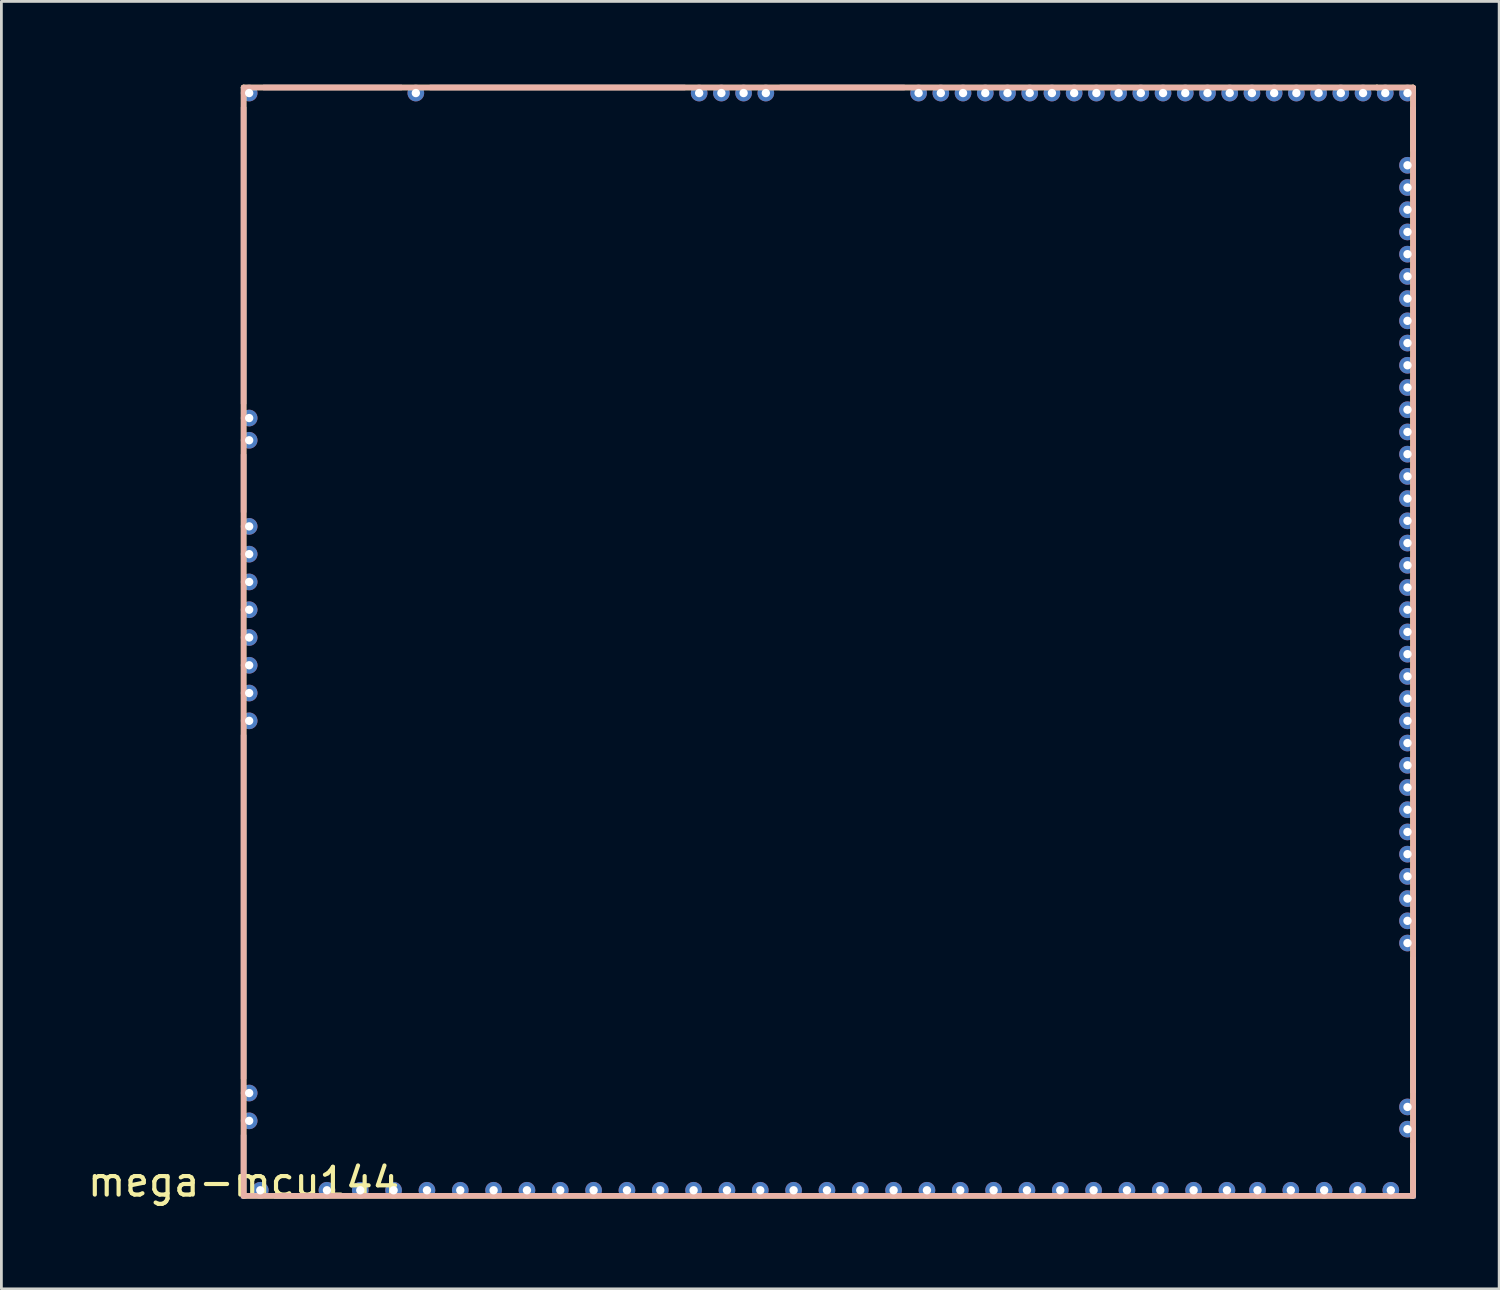
<source format=kicad_pcb>
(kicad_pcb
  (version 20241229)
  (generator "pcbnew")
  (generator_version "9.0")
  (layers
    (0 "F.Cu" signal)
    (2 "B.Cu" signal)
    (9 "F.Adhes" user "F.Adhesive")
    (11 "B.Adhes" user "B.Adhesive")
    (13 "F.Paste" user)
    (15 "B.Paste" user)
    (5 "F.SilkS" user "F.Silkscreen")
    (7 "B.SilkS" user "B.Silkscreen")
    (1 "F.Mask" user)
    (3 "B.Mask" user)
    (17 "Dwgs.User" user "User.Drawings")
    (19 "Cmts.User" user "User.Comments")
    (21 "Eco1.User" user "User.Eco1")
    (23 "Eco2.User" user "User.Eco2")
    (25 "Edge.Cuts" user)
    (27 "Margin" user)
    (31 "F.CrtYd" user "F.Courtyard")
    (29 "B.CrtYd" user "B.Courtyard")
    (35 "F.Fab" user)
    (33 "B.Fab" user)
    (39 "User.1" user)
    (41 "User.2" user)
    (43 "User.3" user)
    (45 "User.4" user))
  (footprint "mega-mcu144"
    (layer "F.Cu")
    (at 5.72 40)
    (property "Reference" "mega-mcu144" (at 0 -0.5 0) (unlocked yes) (layer "F.SilkS") (effects (font (size 1 1) (thickness 0.15))))
    (attr smd)
    (fp_line (start 0 -39.9) (end 0 0) (stroke (width 0.2) (type solid)) (layer "F.SilkS"))
    (fp_line (start 40.8 -39.9) (end 0 -39.9) (stroke (width 0.2) (type solid)) (layer "F.SilkS"))
    (fp_line (start 42.1 0) (end 0 0) (stroke (width 0.2) (type solid)) (layer "F.SilkS"))
    (fp_line (start 42.1 -39.9) (end 40.8 -39.9) (stroke (width 0.2) (type solid)) (layer "F.SilkS"))
    (fp_line (start 42.1 -39.9) (end 42.1 0) (stroke (width 0.2) (type solid)) (layer "F.SilkS"))
    (fp_line (start 0 -39.9) (end 0 0) (stroke (width 0.2) (type solid)) (layer "B.SilkS"))
    (fp_line (start 40.8 -39.9) (end 0 -39.9) (stroke (width 0.2) (type solid)) (layer "B.SilkS"))
    (fp_line (start 42.1 0) (end 0 0) (stroke (width 0.2) (type solid)) (layer "B.SilkS"))
    (fp_line (start 42.1 -39.9) (end 40.8 -39.9) (stroke (width 0.2) (type solid)) (layer "B.SilkS"))
    (fp_line (start 42.1 -39.9) (end 42.1 0) (stroke (width 0.2) (type solid)) (layer "B.SilkS"))
    (pad "E1" thru_hole circle (at 41.9 -37.1 270) (size 0.6 0.6) (drill 0.3) (layers "*.Cu"))
    (pad "E2" thru_hole circle (at 41.9 -36.3 270) (size 0.6 0.6) (drill 0.3) (layers "*.Cu"))
    (pad "E3" thru_hole circle (at 41.9 -35.5 270) (size 0.6 0.6) (drill 0.3) (layers "*.Cu"))
    (pad "E4" thru_hole circle (at 41.9 -34.7 270) (size 0.6 0.6) (drill 0.3) (layers "*.Cu"))
    (pad "E6" thru_hole circle (at 41.9 -33.9 270) (size 0.6 0.6) (drill 0.3) (layers "*.Cu"))
    (pad "E7" thru_hole circle (at 41.9 -33.1 270) (size 0.6 0.6) (drill 0.3) (layers "*.Cu"))
    (pad "E8" thru_hole circle (at 41.9 -32.3 270) (size 0.6 0.6) (drill 0.3) (layers "*.Cu"))
    (pad "E9" thru_hole circle (at 41.9 -31.5 270) (size 0.6 0.6) (drill 0.3) (layers "*.Cu"))
    (pad "E10" thru_hole circle (at 41.9 -30.7 270) (size 0.6 0.6) (drill 0.3) (layers "*.Cu"))
    (pad "E11" thru_hole circle (at 41.9 -29.9 270) (size 0.6 0.6) (drill 0.3) (layers "*.Cu"))
    (pad "E12" thru_hole circle (at 41.9 -29.1 270) (size 0.6 0.6) (drill 0.3) (layers "*.Cu"))
    (pad "E13" thru_hole circle (at 41.9 -28.3 270) (size 0.6 0.6) (drill 0.3) (layers "*.Cu"))
    (pad "E14" thru_hole circle (at 41.9 -27.5 270) (size 0.6 0.6) (drill 0.3) (layers "*.Cu"))
    (pad "E15" thru_hole circle (at 41.9 -26.7 270) (size 0.6 0.6) (drill 0.3) (layers "*.Cu"))
    (pad "E16" thru_hole circle (at 41.9 -25.9 270) (size 0.6 0.6) (drill 0.3) (layers "*.Cu"))
    (pad "E17" thru_hole circle (at 41.9 -25.1 270) (size 0.6 0.6) (drill 0.3) (layers "*.Cu"))
    (pad "E18" thru_hole circle (at 41.9 -24.3 270) (size 0.6 0.6) (drill 0.3) (layers "*.Cu"))
    (pad "E19" thru_hole circle (at 41.9 -23.5 270) (size 0.6 0.6) (drill 0.3) (layers "*.Cu"))
    (pad "E20" thru_hole circle (at 41.9 -22.7 270) (size 0.6 0.6) (drill 0.3) (layers "*.Cu"))
    (pad "E21" thru_hole circle (at 41.9 -21.9 270) (size 0.6 0.6) (drill 0.3) (layers "*.Cu"))
    (pad "E22" thru_hole circle (at 41.9 -21.1 270) (size 0.6 0.6) (drill 0.3) (layers "*.Cu"))
    (pad "E23" thru_hole circle (at 41.9 -20.3 270) (size 0.6 0.6) (drill 0.3) (layers "*.Cu"))
    (pad "E24" thru_hole circle (at 41.9 -19.5 270) (size 0.6 0.6) (drill 0.3) (layers "*.Cu"))
    (pad "E25" thru_hole circle (at 41.9 -18.7 270) (size 0.6 0.6) (drill 0.3) (layers "*.Cu"))
    (pad "E26" thru_hole circle (at 41.9 -17.9 270) (size 0.6 0.6) (drill 0.3) (layers "*.Cu"))
    (pad "E27" thru_hole circle (at 41.9 -17.1 270) (size 0.6 0.6) (drill 0.3) (layers "*.Cu"))
    (pad "E28" thru_hole circle (at 41.9 -16.3 270) (size 0.6 0.6) (drill 0.3) (layers "*.Cu"))
    (pad "E29" thru_hole circle (at 41.9 -15.5 270) (size 0.6 0.6) (drill 0.3) (layers "*.Cu"))
    (pad "E30" thru_hole circle (at 41.9 -14.7 270) (size 0.6 0.6) (drill 0.3) (layers "*.Cu"))
    (pad "E31" thru_hole circle (at 41.9 -13.9 270) (size 0.6 0.6) (drill 0.3) (layers "*.Cu"))
    (pad "E32" thru_hole circle (at 41.9 -13.1 270) (size 0.6 0.6) (drill 0.3) (layers "*.Cu"))
    (pad "E33" thru_hole circle (at 41.9 -12.3 270) (size 0.6 0.6) (drill 0.3) (layers "*.Cu"))
    (pad "E34" thru_hole circle (at 41.9 -11.5 270) (size 0.6 0.6) (drill 0.3) (layers "*.Cu"))
    (pad "E35" thru_hole circle (at 41.9 -10.7 270) (size 0.6 0.6) (drill 0.3) (layers "*.Cu"))
    (pad "E36" thru_hole circle (at 41.9 -9.9 270) (size 0.6 0.6) (drill 0.3) (layers "*.Cu"))
    (pad "E37" thru_hole circle (at 41.9 -9.1 270) (size 0.6 0.6) (drill 0.3) (layers "*.Cu"))
    (pad "E38" thru_hole circle (at 41.9 -3.2 270) (size 0.6 0.6) (drill 0.3) (layers "*.Cu"))
    (pad "E39" thru_hole circle (at 41.9 -2.4 270) (size 0.6 0.6) (drill 0.3) (layers "*.Cu"))
    (pad "G" smd rect (at 0 -33.85) (size 0.2 10.7) (layers "F.Cu"))
    (pad "G" smd rect (at 0 -33.85) (size 0.2 10.7) (layers "B.Cu"))
    (pad "G" smd rect (at 0 -33.85) (size 0.2 10.7) (layers "In1.Cu"))
    (pad "G" smd rect (at 0 -33.85) (size 0.2 10.7) (layers "In2.Cu"))
    (pad "G" smd rect (at 0 -25.65) (size 0.2 2.1) (layers "F.Cu"))
    (pad "G" smd rect (at 0 -25.65) (size 0.2 2.1) (layers "B.Cu"))
    (pad "G" smd rect (at 0 -25.65) (size 0.2 2.1) (layers "In1.Cu"))
    (pad "G" smd rect (at 0 -25.65) (size 0.2 2.1) (layers "In2.Cu"))
    (pad "G" smd rect (at 0 -10.4) (size 0.2 12.4) (layers "B.Cu"))
    (pad "G" smd rect (at 0 -10.4) (size 0.2 12.4) (layers "F.Cu"))
    (pad "G" smd rect (at 0 -10.4) (size 0.2 12.4) (layers "In1.Cu"))
    (pad "G" smd rect (at 0 -10.4) (size 0.2 12.4) (layers "In2.Cu"))
    (pad "G" smd rect (at 0 -1.05) (size 0.2 2.3) (layers "B.Cu"))
    (pad "G" smd rect (at 0 -1.05) (size 0.2 2.3) (layers "F.Cu"))
    (pad "G" smd rect (at 0 -1.05) (size 0.2 2.3) (layers "In1.Cu"))
    (pad "G" smd rect (at 0 -1.05) (size 0.2 2.3) (layers "In2.Cu"))
    (pad "G" smd rect (at 1.8 0.000002 90) (size 0.2 1.4) (layers "F.Cu"))
    (pad "G" smd rect (at 1.8 0.000002 90) (size 0.2 1.4) (layers "B.Cu"))
    (pad "G" smd rect (at 1.8 0.000002 90) (size 0.2 1.4) (layers "In1.Cu"))
    (pad "G" smd rect (at 1.8 0.000002 90) (size 0.2 1.4) (layers "In2.Cu"))
    (pad "G" smd rect (at 3.2 -39.9 270) (size 0.2 5) (layers "F.Cu"))
    (pad "G" smd rect (at 3.2 -39.9 270) (size 0.2 5) (layers "B.Cu"))
    (pad "G" smd rect (at 3.2 -39.9 270) (size 0.2 5) (layers "In1.Cu"))
    (pad "G" smd rect (at 3.2 -39.9 270) (size 0.2 5) (layers "In2.Cu"))
    (pad "G" smd rect (at 11.3 -39.9 270) (size 0.2 9.2) (layers "F.Cu"))
    (pad "G" smd rect (at 11.3 -39.9 270) (size 0.2 9.2) (layers "B.Cu"))
    (pad "G" smd rect (at 11.3 -39.9 270) (size 0.2 9.2) (layers "In1.Cu"))
    (pad "G" smd rect (at 11.3 -39.9 270) (size 0.2 9.2) (layers "In2.Cu"))
    (pad "G" smd rect (at 21.55 -39.9 270) (size 0.2 4.5) (layers "F.Cu"))
    (pad "G" smd rect (at 21.55 -39.9 270) (size 0.2 4.5) (layers "B.Cu"))
    (pad "G" smd rect (at 21.55 -39.9 270) (size 0.2 4.5) (layers "In1.Cu"))
    (pad "G" smd rect (at 21.55 -39.9 270) (size 0.2 4.5) (layers "In2.Cu"))
    (pad "G" smd rect (at 42.1 -38.4 180) (size 0.2 1.6) (layers "F.Cu"))
    (pad "G" smd rect (at 42.1 -38.4 180) (size 0.2 1.6) (layers "B.Cu"))
    (pad "G" smd rect (at 42.1 -38.4 180) (size 0.2 1.6) (layers "In1.Cu"))
    (pad "G" smd rect (at 42.1 -38.4 180) (size 0.2 1.6) (layers "In2.Cu"))
    (pad "G" smd rect (at 42.1 -6.15 180) (size 0.2 4.9) (layers "F.Cu"))
    (pad "G" smd rect (at 42.1 -6.15 180) (size 0.2 4.9) (layers "B.Cu"))
    (pad "G" smd rect (at 42.1 -6.15 180) (size 0.2 4.9) (layers "In1.Cu"))
    (pad "G" smd rect (at 42.1 -6.15 180) (size 0.2 4.9) (layers "In2.Cu"))
    (pad "G" smd rect (at 42.1 -0.9 180) (size 0.2 2) (layers "F.Cu"))
    (pad "G" smd rect (at 42.1 -0.9 180) (size 0.2 2) (layers "B.Cu"))
    (pad "G" smd rect (at 42.1 -0.9 180) (size 0.2 2) (layers "In1.Cu"))
    (pad "G" smd rect (at 42.1 -0.9 180) (size 0.2 2) (layers "In2.Cu"))
    (pad "N1" thru_hole circle (at 41.9 -39.7 270) (size 0.6 0.6) (drill 0.3) (layers "*.Cu"))
    (pad "N2" thru_hole circle (at 41.1 -39.7 270) (size 0.6 0.6) (drill 0.3) (layers "*.Cu"))
    (pad "N3" thru_hole circle (at 40.3 -39.7 270) (size 0.6 0.6) (drill 0.3) (layers "*.Cu"))
    (pad "N4" thru_hole circle (at 39.5 -39.7 270) (size 0.6 0.6) (drill 0.3) (layers "*.Cu"))
    (pad "N5" thru_hole circle (at 38.7 -39.7 270) (size 0.6 0.6) (drill 0.3) (layers "*.Cu"))
    (pad "N6" thru_hole circle (at 37.9 -39.7 270) (size 0.6 0.6) (drill 0.3) (layers "*.Cu"))
    (pad "N7" thru_hole circle (at 37.1 -39.7 270) (size 0.6 0.6) (drill 0.3) (layers "*.Cu"))
    (pad "N8" thru_hole circle (at 36.3 -39.7 270) (size 0.6 0.6) (drill 0.3) (layers "*.Cu"))
    (pad "N9" thru_hole circle (at 35.5 -39.7 270) (size 0.6 0.6) (drill 0.3) (layers "*.Cu"))
    (pad "N10" thru_hole circle (at 34.7 -39.7 270) (size 0.6 0.6) (drill 0.3) (layers "*.Cu"))
    (pad "N11" thru_hole circle (at 33.9 -39.7 270) (size 0.6 0.6) (drill 0.3) (layers "*.Cu"))
    (pad "N12" thru_hole circle (at 33.1 -39.7 270) (size 0.6 0.6) (drill 0.3) (layers "*.Cu"))
    (pad "N13" thru_hole circle (at 32.3 -39.7 270) (size 0.6 0.6) (drill 0.3) (layers "*.Cu"))
    (pad "N14" thru_hole circle (at 31.5 -39.7 270) (size 0.6 0.6) (drill 0.3) (layers "*.Cu"))
    (pad "N15" thru_hole circle (at 30.7 -39.7 270) (size 0.6 0.6) (drill 0.3) (layers "*.Cu"))
    (pad "N16" thru_hole circle (at 29.9 -39.7 270) (size 0.6 0.6) (drill 0.3) (layers "*.Cu"))
    (pad "N17" thru_hole circle (at 29.1 -39.7 270) (size 0.6 0.6) (drill 0.3) (layers "*.Cu"))
    (pad "N18" thru_hole circle (at 28.3 -39.7 270) (size 0.6 0.6) (drill 0.3) (layers "*.Cu"))
    (pad "N19" thru_hole circle (at 27.5 -39.7 270) (size 0.6 0.6) (drill 0.3) (layers "*.Cu"))
    (pad "N20" thru_hole circle (at 26.7 -39.7 270) (size 0.6 0.6) (drill 0.3) (layers "*.Cu"))
    (pad "N21" thru_hole circle (at 25.9 -39.7 270) (size 0.6 0.6) (drill 0.3) (layers "*.Cu"))
    (pad "N22" thru_hole circle (at 25.1 -39.7 270) (size 0.6 0.6) (drill 0.3) (layers "*.Cu"))
    (pad "N23" thru_hole circle (at 24.3 -39.7 270) (size 0.6 0.6) (drill 0.3) (layers "*.Cu"))
    (pad "N24" thru_hole circle (at 18.8 -39.7 270) (size 0.6 0.6) (drill 0.3) (layers "*.Cu"))
    (pad "N25" thru_hole circle (at 18 -39.7 270) (size 0.6 0.6) (drill 0.3) (layers "*.Cu"))
    (pad "N26" thru_hole circle (at 17.2 -39.7 270) (size 0.6 0.6) (drill 0.3) (layers "*.Cu"))
    (pad "N27" thru_hole circle (at 16.4 -39.7 270) (size 0.6 0.6) (drill 0.3) (layers "*.Cu"))
    (pad "N28" thru_hole circle (at 6.2 -39.7 270) (size 0.6 0.6) (drill 0.3) (layers "*.Cu"))
    (pad "N29" thru_hole circle (at 0.2 -39.7 270) (size 0.6 0.6) (drill 0.3) (layers "*.Cu"))
    (pad "S1" thru_hole circle (at 41.3 -0.2 270) (size 0.6 0.6) (drill 0.3) (layers "*.Cu"))
    (pad "S2" thru_hole circle (at 40.1 -0.2 270) (size 0.6 0.6) (drill 0.3) (layers "*.Cu"))
    (pad "S3" thru_hole circle (at 38.9 -0.2 270) (size 0.6 0.6) (drill 0.3) (layers "*.Cu"))
    (pad "S4" thru_hole circle (at 37.7 -0.2 270) (size 0.6 0.6) (drill 0.3) (layers "*.Cu"))
    (pad "S5" thru_hole circle (at 36.5 -0.2 270) (size 0.6 0.6) (drill 0.3) (layers "*.Cu"))
    (pad "S6" thru_hole circle (at 35.4 -0.2 270) (size 0.6 0.6) (drill 0.3) (layers "*.Cu"))
    (pad "S7" thru_hole circle (at 34.2 -0.2 270) (size 0.6 0.6) (drill 0.3) (layers "*.Cu"))
    (pad "S8" thru_hole circle (at 33 -0.2 270) (size 0.6 0.6) (drill 0.3) (layers "*.Cu"))
    (pad "S9" thru_hole circle (at 31.8 -0.2 270) (size 0.6 0.6) (drill 0.3) (layers "*.Cu"))
    (pad "S10" thru_hole circle (at 30.6 -0.2 270) (size 0.6 0.6) (drill 0.3) (layers "*.Cu"))
    (pad "S11" thru_hole circle (at 29.4 -0.2 270) (size 0.6 0.6) (drill 0.3) (layers "*.Cu"))
    (pad "S12" thru_hole circle (at 28.2 -0.2 270) (size 0.6 0.6) (drill 0.3) (layers "*.Cu"))
    (pad "S13" thru_hole circle (at 27 -0.2 270) (size 0.6 0.6) (drill 0.3) (layers "*.Cu"))
    (pad "S14" thru_hole circle (at 25.8 -0.2 270) (size 0.6 0.6) (drill 0.3) (layers "*.Cu"))
    (pad "S15" thru_hole circle (at 24.6 -0.2 270) (size 0.6 0.6) (drill 0.3) (layers "*.Cu"))
    (pad "S16" thru_hole circle (at 23.4 -0.2 270) (size 0.6 0.6) (drill 0.3) (layers "*.Cu"))
    (pad "S17" thru_hole circle (at 22.2 -0.2 270) (size 0.6 0.6) (drill 0.3) (layers "*.Cu"))
    (pad "S18" thru_hole circle (at 21 -0.2 270) (size 0.6 0.6) (drill 0.3) (layers "*.Cu"))
    (pad "S19" thru_hole circle (at 19.8 -0.2 270) (size 0.6 0.6) (drill 0.3) (layers "*.Cu"))
    (pad "S20" thru_hole circle (at 18.6 -0.2 270) (size 0.6 0.6) (drill 0.3) (layers "*.Cu"))
    (pad "S21" thru_hole circle (at 17.4 -0.2 270) (size 0.6 0.6) (drill 0.3) (layers "*.Cu"))
    (pad "S22" thru_hole circle (at 16.2 -0.2 270) (size 0.6 0.6) (drill 0.3) (layers "*.Cu"))
    (pad "S23" thru_hole circle (at 15 -0.2 270) (size 0.6 0.6) (drill 0.3) (layers "*.Cu"))
    (pad "S24" thru_hole circle (at 13.8 -0.2 270) (size 0.6 0.6) (drill 0.3) (layers "*.Cu"))
    (pad "S25" thru_hole circle (at 12.6 -0.2 270) (size 0.6 0.6) (drill 0.3) (layers "*.Cu"))
    (pad "S26" thru_hole circle (at 11.4 -0.2 270) (size 0.6 0.6) (drill 0.3) (layers "*.Cu"))
    (pad "S27" thru_hole circle (at 10.2 -0.2 270) (size 0.6 0.6) (drill 0.3) (layers "*.Cu"))
    (pad "S28" thru_hole circle (at 9 -0.2 270) (size 0.6 0.6) (drill 0.3) (layers "*.Cu"))
    (pad "S29" thru_hole circle (at 7.8 -0.2 270) (size 0.6 0.6) (drill 0.3) (layers "*.Cu"))
    (pad "S30" thru_hole circle (at 6.6 -0.2 270) (size 0.6 0.6) (drill 0.3) (layers "*.Cu"))
    (pad "S31" thru_hole circle (at 5.4 -0.2 270) (size 0.6 0.6) (drill 0.3) (layers "*.Cu"))
    (pad "S32" thru_hole circle (at 4.2 -0.2 270) (size 0.6 0.6) (drill 0.3) (layers "*.Cu"))
    (pad "S33" thru_hole circle (at 3 -0.2 270) (size 0.6 0.6) (drill 0.3) (layers "*.Cu"))
    (pad "S35" thru_hole circle (at 0.6 -0.2 270) (size 0.6 0.6) (drill 0.3) (layers "*.Cu"))
    (pad "W" thru_hole circle (at 0.2 -2.7 180) (size 0.6 0.6) (drill 0.3) (layers "*.Cu"))
    (pad "W0" thru_hole circle (at 0.2 -3.7 270) (size 0.6 0.6) (drill 0.3) (layers "*.Cu"))
    (pad "W1" thru_hole circle (at 0.2 -17.1 270) (size 0.6 0.6) (drill 0.3) (layers "*.Cu"))
    (pad "W2" thru_hole circle (at 0.2 -18.1 270) (size 0.6 0.6) (drill 0.3) (layers "*.Cu"))
    (pad "W3" thru_hole circle (at 0.2 -19.1 270) (size 0.6 0.6) (drill 0.3) (layers "*.Cu"))
    (pad "W4" thru_hole circle (at 0.2 -20.1 270) (size 0.6 0.6) (drill 0.3) (layers "*.Cu"))
    (pad "W5" thru_hole circle (at 0.2 -21.1 270) (size 0.6 0.6) (drill 0.3) (layers "*.Cu"))
    (pad "W6" thru_hole circle (at 0.2 -22.1 270) (size 0.6 0.6) (drill 0.3) (layers "*.Cu"))
    (pad "W7" thru_hole circle (at 0.2 -23.1 270) (size 0.6 0.6) (drill 0.3) (layers "*.Cu"))
    (pad "W8" thru_hole circle (at 0.2 -24.1 270) (size 0.6 0.6) (drill 0.3) (layers "*.Cu"))
    (pad "W9" thru_hole circle (at 0.2 -27.2 270) (size 0.6 0.6) (drill 0.3) (layers "*.Cu"))
    (pad "W10" thru_hole circle (at 0.2 -28 270) (size 0.6 0.6) (drill 0.3) (layers "*.Cu"))
    (zone (net_name "") (layers "F.Cu" "B.Cu") (hatch edge 0.508) (connect_pads) (min_thickness 0.254) (filled_areas_thickness no) (keepout (tracks allowed) (vias allowed) (pads allowed) (copperpour not_allowed) (footprints allowed)) (placement (enabled no)) (fill) (polygon (pts (xy 47.82 40) (xy 5.72 40) (xy 5.72 0.1) (xy 47.82 0.1)))))
  (gr_rect
    (start -3 -3)
    (end 50.92 43.348)
    (stroke (width 0.1) (type default))
    (fill no)
    (layer "Edge.Cuts")))
</source>
